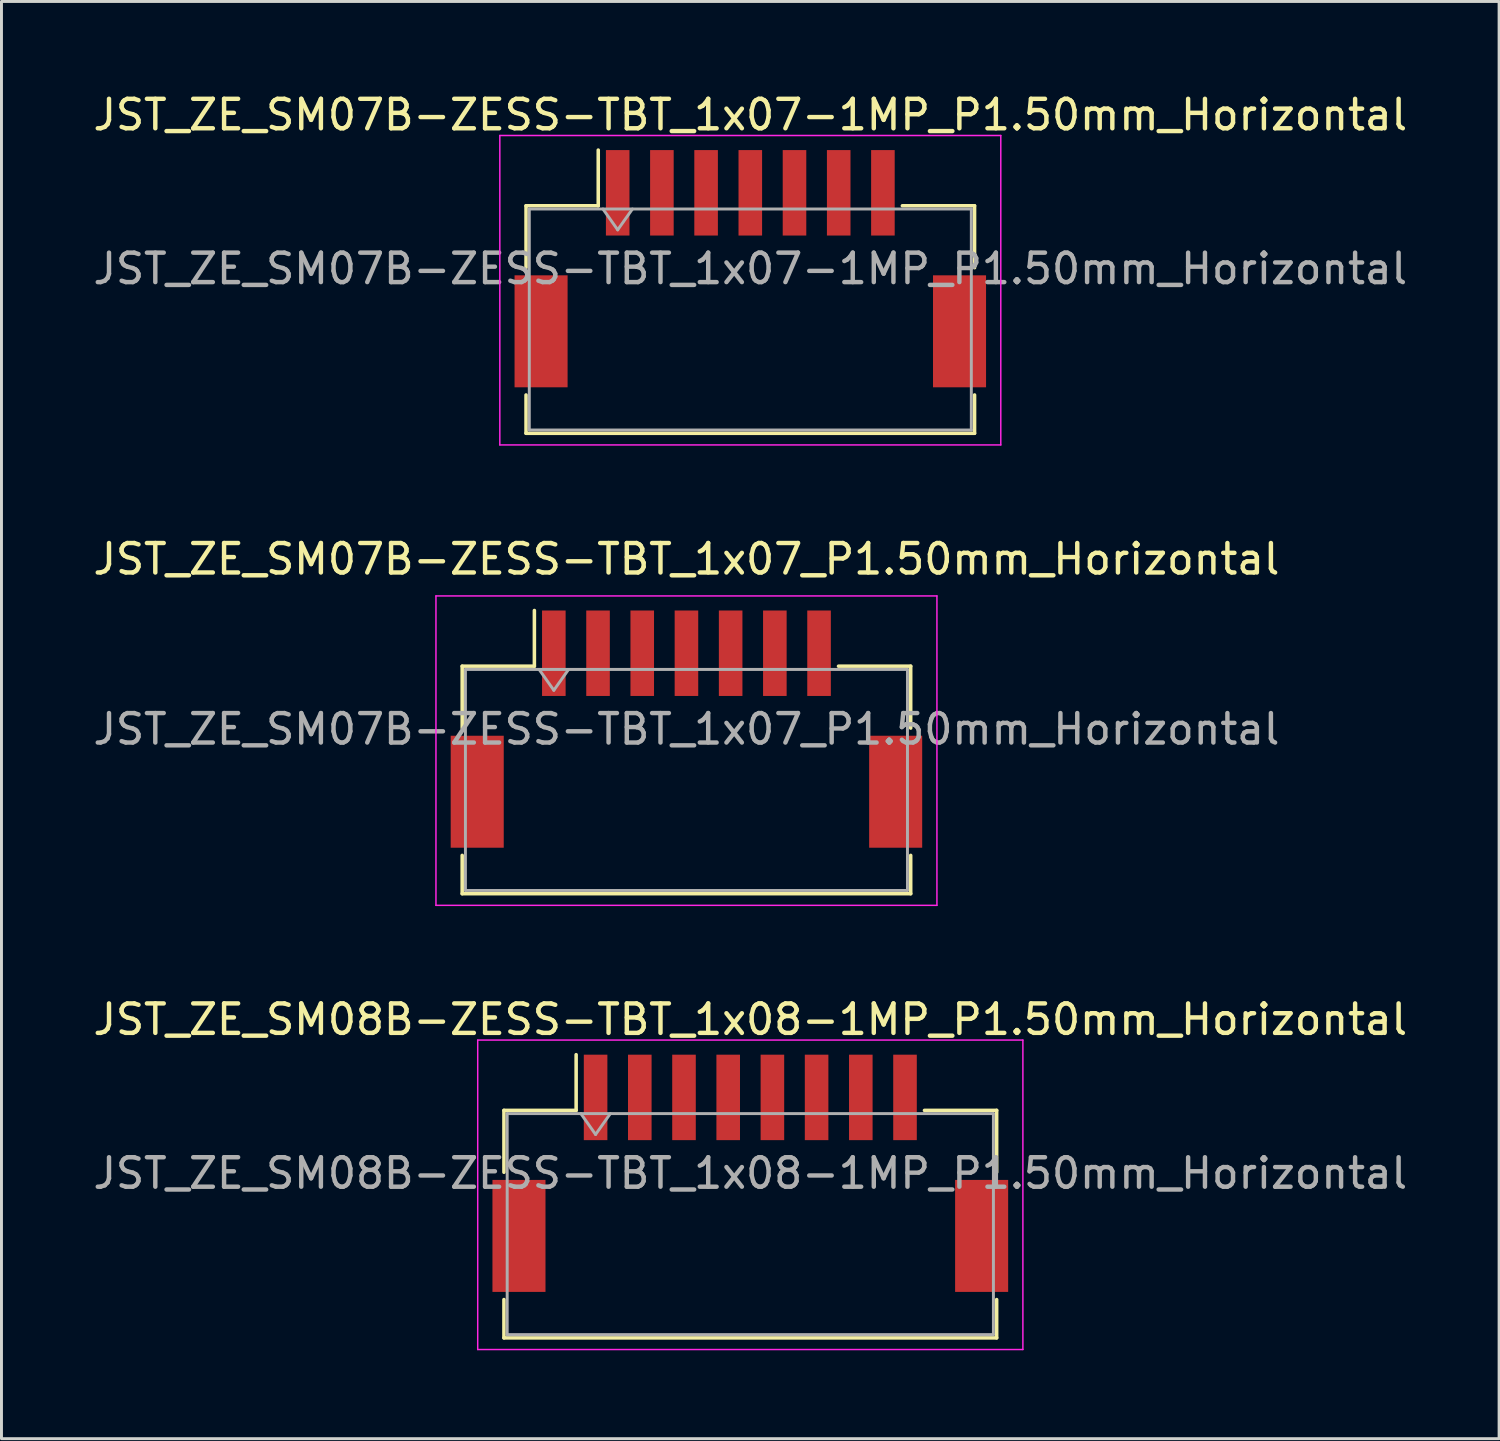
<source format=kicad_pcb>
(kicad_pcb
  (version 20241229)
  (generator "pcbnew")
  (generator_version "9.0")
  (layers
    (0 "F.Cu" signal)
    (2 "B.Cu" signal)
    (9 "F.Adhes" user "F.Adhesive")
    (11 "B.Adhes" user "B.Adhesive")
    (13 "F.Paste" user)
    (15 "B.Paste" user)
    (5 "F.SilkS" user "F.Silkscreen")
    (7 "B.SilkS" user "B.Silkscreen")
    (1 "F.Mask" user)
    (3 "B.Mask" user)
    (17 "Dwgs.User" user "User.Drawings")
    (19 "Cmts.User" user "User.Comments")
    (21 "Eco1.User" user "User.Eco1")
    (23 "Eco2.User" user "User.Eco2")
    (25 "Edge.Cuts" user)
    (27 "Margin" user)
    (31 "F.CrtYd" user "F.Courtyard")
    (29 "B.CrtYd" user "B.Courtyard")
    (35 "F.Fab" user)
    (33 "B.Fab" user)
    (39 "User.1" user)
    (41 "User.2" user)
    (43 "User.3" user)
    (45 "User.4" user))
  (footprint "JST_ZE_SM07B-ZESS-TBT_1x07-1MP_P1.50mm_Horizontal"
    (layer "F.Cu")
    (at 22.411 6.068)
    (property "Reference" "JST_ZE_SM07B-ZESS-TBT_1x07-1MP_P1.50mm_Horizontal" (at 0 -5.22 0) (layer "F.SilkS") (effects (font (size 1 1) (thickness 0.15))))
    (attr smd)
    (fp_line (start -7.61 -2.135) (end -5.16 -2.135) (stroke (width 0.12) (type solid)) (layer "F.SilkS"))
    (fp_line (start -7.61 -0.035) (end -7.61 -2.135) (stroke (width 0.12) (type solid)) (layer "F.SilkS"))
    (fp_line (start -7.61 4.285) (end -7.61 5.585) (stroke (width 0.12) (type solid)) (layer "F.SilkS"))
    (fp_line (start -7.61 5.585) (end 7.61 5.585) (stroke (width 0.12) (type solid)) (layer "F.SilkS"))
    (fp_line (start -5.16 -2.135) (end -5.16 -4.025) (stroke (width 0.12) (type solid)) (layer "F.SilkS"))
    (fp_line (start 7.61 -2.135) (end 5.16 -2.135) (stroke (width 0.12) (type solid)) (layer "F.SilkS"))
    (fp_line (start 7.61 -0.035) (end 7.61 -2.135) (stroke (width 0.12) (type solid)) (layer "F.SilkS"))
    (fp_line (start 7.61 5.585) (end 7.61 4.285) (stroke (width 0.12) (type solid)) (layer "F.SilkS"))
    (fp_line (start -8.5 -4.52) (end -8.5 5.98) (stroke (width 0.05) (type solid)) (layer "F.CrtYd"))
    (fp_line (start -8.5 5.98) (end 8.5 5.98) (stroke (width 0.05) (type solid)) (layer "F.CrtYd"))
    (fp_line (start 8.5 -4.52) (end -8.5 -4.52) (stroke (width 0.05) (type solid)) (layer "F.CrtYd"))
    (fp_line (start 8.5 5.98) (end 8.5 -4.52) (stroke (width 0.05) (type solid)) (layer "F.CrtYd"))
    (fp_line (start -7.5 -2.025) (end -7.5 5.475) (stroke (width 0.1) (type solid)) (layer "F.Fab"))
    (fp_line (start -7.5 -2.025) (end 7.5 -2.025) (stroke (width 0.1) (type solid)) (layer "F.Fab"))
    (fp_line (start -7.5 5.475) (end 7.5 5.475) (stroke (width 0.1) (type solid)) (layer "F.Fab"))
    (fp_line (start -5 -2.025) (end -4.5 -1.318) (stroke (width 0.1) (type solid)) (layer "F.Fab"))
    (fp_line (start -4.5 -1.318) (end -4 -2.025) (stroke (width 0.1) (type solid)) (layer "F.Fab"))
    (fp_line (start 7.5 -2.025) (end 7.5 5.475) (stroke (width 0.1) (type solid)) (layer "F.Fab"))
    (fp_text user "${REFERENCE}" (at 0 0 0) (layer "F.Fab") (effects (font (size 1 1) (thickness 0.15))))
    (pad "1" smd rect (at -4.5 -2.575) (size 0.8 2.9) (layers "F.Cu" "F.Mask" "F.Paste"))
    (pad "2" smd rect (at -3 -2.575) (size 0.8 2.9) (layers "F.Cu" "F.Mask" "F.Paste"))
    (pad "3" smd rect (at -1.5 -2.575) (size 0.8 2.9) (layers "F.Cu" "F.Mask" "F.Paste"))
    (pad "4" smd rect (at 0 -2.575) (size 0.8 2.9) (layers "F.Cu" "F.Mask" "F.Paste"))
    (pad "5" smd rect (at 1.5 -2.575) (size 0.8 2.9) (layers "F.Cu" "F.Mask" "F.Paste"))
    (pad "6" smd rect (at 3 -2.575) (size 0.8 2.9) (layers "F.Cu" "F.Mask" "F.Paste"))
    (pad "7" smd rect (at 4.5 -2.575) (size 0.8 2.9) (layers "F.Cu" "F.Mask" "F.Paste"))
    (pad "MP" smd rect (at -7.1 2.125) (size 1.8 3.8) (layers "F.Cu" "F.Mask" "F.Paste"))
    (pad "MP" smd rect (at 7.1 2.125) (size 1.8 3.8) (layers "F.Cu" "F.Mask" "F.Paste")))
  (footprint "JST_ZE_SM07B-ZESS-TBT_1x07_P1.50mm_Horizontal"
    (layer "F.Cu")
    (at 20.244 21.692)
    (property "Reference" "JST_ZE_SM07B-ZESS-TBT_1x07_P1.50mm_Horizontal" (at 0 -5.77 0) (layer "F.SilkS") (effects (font (size 1 1) (thickness 0.15))))
    (attr smd)
    (fp_line (start -7.61 -2.135) (end -5.16 -2.135) (stroke (width 0.12) (type solid)) (layer "F.SilkS"))
    (fp_line (start -7.61 -0.035) (end -7.61 -2.135) (stroke (width 0.12) (type solid)) (layer "F.SilkS"))
    (fp_line (start -7.61 4.285) (end -7.61 5.585) (stroke (width 0.12) (type solid)) (layer "F.SilkS"))
    (fp_line (start -7.61 5.585) (end 7.61 5.585) (stroke (width 0.12) (type solid)) (layer "F.SilkS"))
    (fp_line (start -5.16 -2.135) (end -5.16 -4.025) (stroke (width 0.12) (type solid)) (layer "F.SilkS"))
    (fp_line (start 7.61 -2.135) (end 5.16 -2.135) (stroke (width 0.12) (type solid)) (layer "F.SilkS"))
    (fp_line (start 7.61 -0.035) (end 7.61 -2.135) (stroke (width 0.12) (type solid)) (layer "F.SilkS"))
    (fp_line (start 7.61 5.585) (end 7.61 4.285) (stroke (width 0.12) (type solid)) (layer "F.SilkS"))
    (fp_line (start -8.5 -4.52) (end -8.5 5.98) (stroke (width 0.05) (type solid)) (layer "F.CrtYd"))
    (fp_line (start -8.5 5.98) (end 8.5 5.98) (stroke (width 0.05) (type solid)) (layer "F.CrtYd"))
    (fp_line (start 8.5 -4.52) (end -8.5 -4.52) (stroke (width 0.05) (type solid)) (layer "F.CrtYd"))
    (fp_line (start 8.5 5.98) (end 8.5 -4.52) (stroke (width 0.05) (type solid)) (layer "F.CrtYd"))
    (fp_line (start -7.5 -2.025) (end -7.5 5.475) (stroke (width 0.1) (type solid)) (layer "F.Fab"))
    (fp_line (start -7.5 -2.025) (end 7.5 -2.025) (stroke (width 0.1) (type solid)) (layer "F.Fab"))
    (fp_line (start -7.5 5.475) (end 7.5 5.475) (stroke (width 0.1) (type solid)) (layer "F.Fab"))
    (fp_line (start -5 -2.025) (end -4.5 -1.318) (stroke (width 0.1) (type solid)) (layer "F.Fab"))
    (fp_line (start -4.5 -1.318) (end -4 -2.025) (stroke (width 0.1) (type solid)) (layer "F.Fab"))
    (fp_line (start 7.5 -2.025) (end 7.5 5.475) (stroke (width 0.1) (type solid)) (layer "F.Fab"))
    (fp_text user "${REFERENCE}" (at 0 0 0) (layer "F.Fab") (effects (font (size 1 1) (thickness 0.15))))
    (pad "" smd rect (at -7.1 2.125) (size 1.8 3.8) (layers "F.Cu" "F.Mask" "F.Paste"))
    (pad "" smd rect (at 7.1 2.125) (size 1.8 3.8) (layers "F.Cu" "F.Mask" "F.Paste"))
    (pad "1" smd rect (at -4.5 -2.575) (size 0.8 2.9) (layers "F.Cu" "F.Mask" "F.Paste"))
    (pad "2" smd rect (at -3 -2.575) (size 0.8 2.9) (layers "F.Cu" "F.Mask" "F.Paste"))
    (pad "3" smd rect (at -1.5 -2.575) (size 0.8 2.9) (layers "F.Cu" "F.Mask" "F.Paste"))
    (pad "4" smd rect (at 0 -2.575) (size 0.8 2.9) (layers "F.Cu" "F.Mask" "F.Paste"))
    (pad "5" smd rect (at 1.5 -2.575) (size 0.8 2.9) (layers "F.Cu" "F.Mask" "F.Paste"))
    (pad "6" smd rect (at 3 -2.575) (size 0.8 2.9) (layers "F.Cu" "F.Mask" "F.Paste"))
    (pad "7" smd rect (at 4.5 -2.575) (size 0.8 2.9) (layers "F.Cu" "F.Mask" "F.Paste")))
  (footprint "JST_ZE_SM08B-ZESS-TBT_1x08-1MP_P1.50mm_Horizontal"
    (layer "F.Cu")
    (at 22.411 36.765)
    (property "Reference" "JST_ZE_SM08B-ZESS-TBT_1x08-1MP_P1.50mm_Horizontal" (at 0 -5.22 0) (layer "F.SilkS") (effects (font (size 1 1) (thickness 0.15))))
    (attr smd)
    (fp_line (start -8.36 -2.135) (end -5.91 -2.135) (stroke (width 0.12) (type solid)) (layer "F.SilkS"))
    (fp_line (start -8.36 -0.035) (end -8.36 -2.135) (stroke (width 0.12) (type solid)) (layer "F.SilkS"))
    (fp_line (start -8.36 4.285) (end -8.36 5.585) (stroke (width 0.12) (type solid)) (layer "F.SilkS"))
    (fp_line (start -8.36 5.585) (end 8.36 5.585) (stroke (width 0.12) (type solid)) (layer "F.SilkS"))
    (fp_line (start -5.91 -2.135) (end -5.91 -4.025) (stroke (width 0.12) (type solid)) (layer "F.SilkS"))
    (fp_line (start 8.36 -2.135) (end 5.91 -2.135) (stroke (width 0.12) (type solid)) (layer "F.SilkS"))
    (fp_line (start 8.36 -0.035) (end 8.36 -2.135) (stroke (width 0.12) (type solid)) (layer "F.SilkS"))
    (fp_line (start 8.36 5.585) (end 8.36 4.285) (stroke (width 0.12) (type solid)) (layer "F.SilkS"))
    (fp_line (start -9.25 -4.52) (end -9.25 5.98) (stroke (width 0.05) (type solid)) (layer "F.CrtYd"))
    (fp_line (start -9.25 5.98) (end 9.25 5.98) (stroke (width 0.05) (type solid)) (layer "F.CrtYd"))
    (fp_line (start 9.25 -4.52) (end -9.25 -4.52) (stroke (width 0.05) (type solid)) (layer "F.CrtYd"))
    (fp_line (start 9.25 5.98) (end 9.25 -4.52) (stroke (width 0.05) (type solid)) (layer "F.CrtYd"))
    (fp_line (start -8.25 -2.025) (end -8.25 5.475) (stroke (width 0.1) (type solid)) (layer "F.Fab"))
    (fp_line (start -8.25 -2.025) (end 8.25 -2.025) (stroke (width 0.1) (type solid)) (layer "F.Fab"))
    (fp_line (start -8.25 5.475) (end 8.25 5.475) (stroke (width 0.1) (type solid)) (layer "F.Fab"))
    (fp_line (start -5.75 -2.025) (end -5.25 -1.318) (stroke (width 0.1) (type solid)) (layer "F.Fab"))
    (fp_line (start -5.25 -1.318) (end -4.75 -2.025) (stroke (width 0.1) (type solid)) (layer "F.Fab"))
    (fp_line (start 8.25 -2.025) (end 8.25 5.475) (stroke (width 0.1) (type solid)) (layer "F.Fab"))
    (fp_text user "${REFERENCE}" (at 0 0 0) (layer "F.Fab") (effects (font (size 1 1) (thickness 0.15))))
    (pad "1" smd rect (at -5.25 -2.575) (size 0.8 2.9) (layers "F.Cu" "F.Mask" "F.Paste"))
    (pad "2" smd rect (at -3.75 -2.575) (size 0.8 2.9) (layers "F.Cu" "F.Mask" "F.Paste"))
    (pad "3" smd rect (at -2.25 -2.575) (size 0.8 2.9) (layers "F.Cu" "F.Mask" "F.Paste"))
    (pad "4" smd rect (at -0.75 -2.575) (size 0.8 2.9) (layers "F.Cu" "F.Mask" "F.Paste"))
    (pad "5" smd rect (at 0.75 -2.575) (size 0.8 2.9) (layers "F.Cu" "F.Mask" "F.Paste"))
    (pad "6" smd rect (at 2.25 -2.575) (size 0.8 2.9) (layers "F.Cu" "F.Mask" "F.Paste"))
    (pad "7" smd rect (at 3.75 -2.575) (size 0.8 2.9) (layers "F.Cu" "F.Mask" "F.Paste"))
    (pad "8" smd rect (at 5.25 -2.575) (size 0.8 2.9) (layers "F.Cu" "F.Mask" "F.Paste"))
    (pad "MP" smd rect (at -7.85 2.125) (size 1.8 3.8) (layers "F.Cu" "F.Mask" "F.Paste"))
    (pad "MP" smd rect (at 7.85 2.125) (size 1.8 3.8) (layers "F.Cu" "F.Mask" "F.Paste")))
  (gr_rect
    (start -3 -3)
    (end 47.821 45.77)
    (stroke (width 0.1) (type default))
    (fill no)
    (layer "Edge.Cuts")))
</source>
